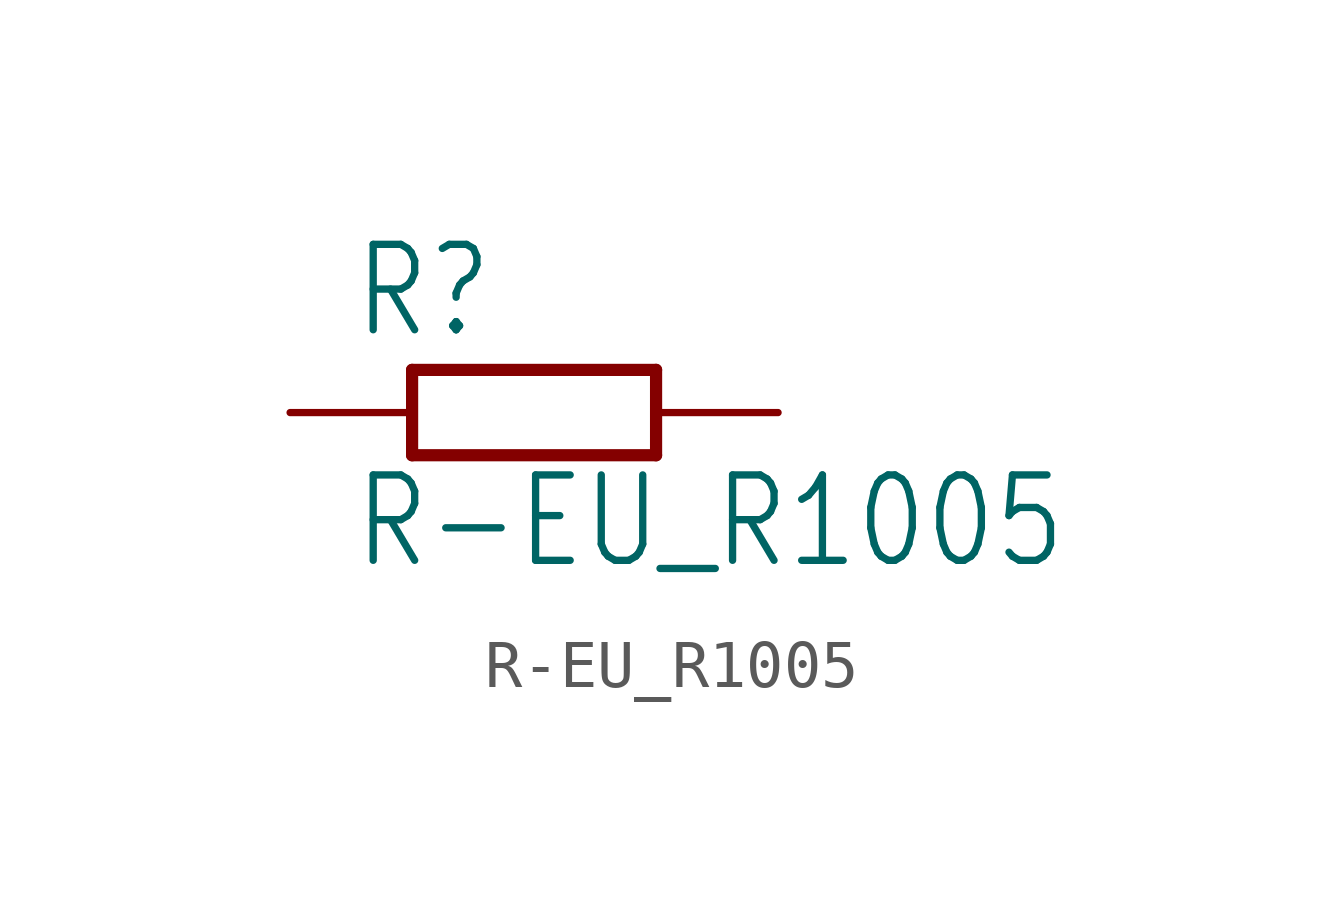
<source format=kicad_sym>
(kicad_symbol_lib
  (version 20220331)
  (generator kicad_symbol_editor)
  (symbol "R-EU_R1005"
    (property "Reference" "R"
      (at -3.81 1.499 0)
      (effects (font (size 1.778 1.511)) (justify left bottom)))
    (property "Value" "R-EU_R1005"
      (at -3.81 -3.302 0)
      (effects (font (size 1.778 1.511)) (justify left bottom)))
    (property "ki_locked" ""
      (at 0 0 0)
      (effects (font (size 1.27 1.27))))
    (symbol "R-EU_R1005_1_0"
      (polyline (pts (xy -2.54 -0.889) (xy -2.54 0.889)) (stroke (width 0.254) (type solid)) (fill (type none)))
      (polyline (pts (xy -2.54 -0.889) (xy 2.54 -0.889)) (stroke (width 0.254) (type solid)) (fill (type none)))
      (polyline (pts (xy 2.54 -0.889) (xy 2.54 0.889)) (stroke (width 0.254) (type solid)) (fill (type none)))
      (polyline (pts (xy 2.54 0.889) (xy -2.54 0.889)) (stroke (width 0.254) (type solid)) (fill (type none)))
      (pin passive line (at -5.08 0 0) (length 2.54) (name "1" (effects (font (size 0 0)))) (number "1" (effects (font (size 0 0)))))
      (pin passive line (at 5.08 0 180) (length 2.54) (name "2" (effects (font (size 0 0)))) (number "2" (effects (font (size 0 0))))))))
</source>
